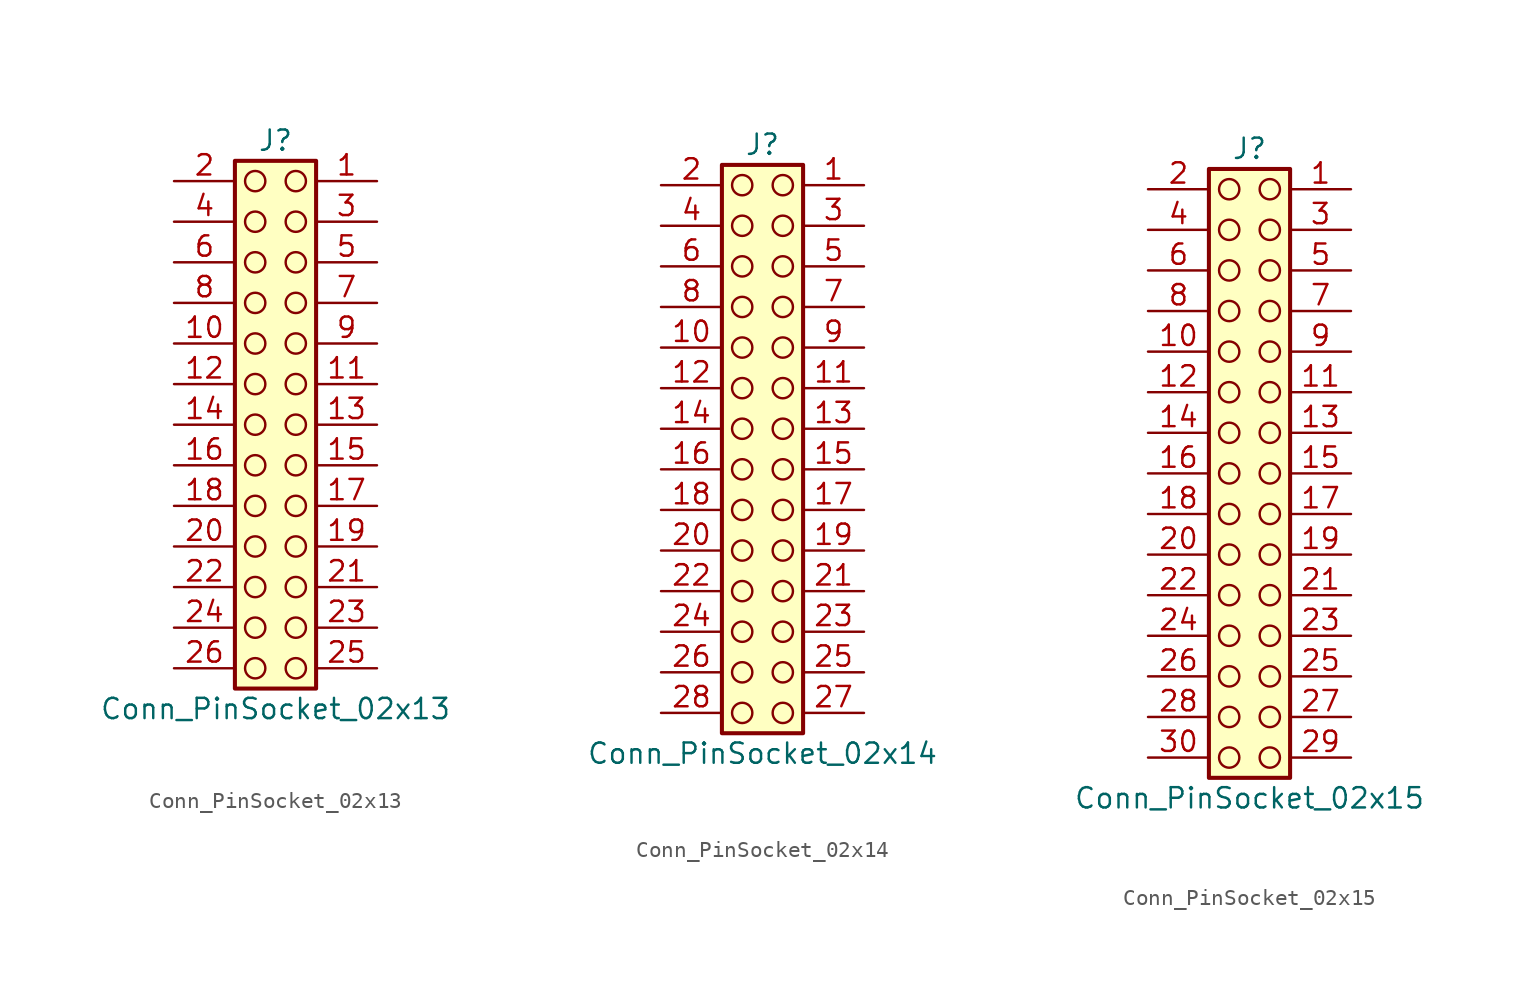
<source format=kicad_sym>
(kicad_symbol_lib
  (version 20241209)
  (generator "kicad_symbol_editor")
  (generator_version "9.0")
  (symbol "Conn_PinSocket_02x13"
    (pin_names
      (offset 1.016)
      (hide yes))
    (property "Reference" "J"
      (at 1.27 17.78 0)
      (effects (font (size 1.27 1.27))))
    (property "Value" "Conn_PinSocket_02x13"
      (at 1.27 -17.78 0)
      (effects (font (size 1.27 1.27))))
    (symbol "Conn_PinSocket_02x13_1_1"
      (rectangle (start -1.27 16.51) (end 3.81 -16.51) (stroke (width 0.254) (type default)) (fill (type background)))
      (circle (center 0 15.24) (radius 0.635) (stroke (width 0) (type solid) (color 132 0 0 1)) (fill (type none)))
      (circle (center 0 12.7) (radius 0.635) (stroke (width 0) (type solid) (color 132 0 0 1)) (fill (type none)))
      (circle (center 0 10.16) (radius 0.635) (stroke (width 0) (type solid) (color 132 0 0 1)) (fill (type none)))
      (circle (center 0 7.62) (radius 0.635) (stroke (width 0) (type solid) (color 132 0 0 1)) (fill (type none)))
      (circle (center 0 5.08) (radius 0.635) (stroke (width 0) (type solid) (color 132 0 0 1)) (fill (type none)))
      (circle (center 0 2.54) (radius 0.635) (stroke (width 0) (type solid) (color 132 0 0 1)) (fill (type none)))
      (circle (center 0 0) (radius 0.635) (stroke (width 0) (type solid) (color 132 0 0 1)) (fill (type none)))
      (circle (center 0 -2.54) (radius 0.635) (stroke (width 0) (type solid) (color 132 0 0 1)) (fill (type none)))
      (circle (center 0 -5.08) (radius 0.635) (stroke (width 0) (type solid) (color 132 0 0 1)) (fill (type none)))
      (circle (center 0 -7.62) (radius 0.635) (stroke (width 0) (type solid) (color 132 0 0 1)) (fill (type none)))
      (circle (center 0 -10.16) (radius 0.635) (stroke (width 0) (type solid) (color 132 0 0 1)) (fill (type none)))
      (circle (center 0 -12.7) (radius 0.635) (stroke (width 0) (type solid) (color 132 0 0 1)) (fill (type none)))
      (circle (center 0 -15.24) (radius 0.635) (stroke (width 0) (type solid) (color 132 0 0 1)) (fill (type none)))
      (circle (center 2.54 15.24) (radius 0.635) (stroke (width 0) (type solid) (color 132 0 0 1)) (fill (type none)))
      (circle (center 2.54 12.7) (radius 0.635) (stroke (width 0) (type solid) (color 132 0 0 1)) (fill (type none)))
      (circle (center 2.54 10.16) (radius 0.635) (stroke (width 0) (type solid) (color 132 0 0 1)) (fill (type none)))
      (circle (center 2.54 7.62) (radius 0.635) (stroke (width 0) (type solid) (color 132 0 0 1)) (fill (type none)))
      (circle (center 2.54 5.08) (radius 0.635) (stroke (width 0) (type solid) (color 132 0 0 1)) (fill (type none)))
      (circle (center 2.54 2.54) (radius 0.635) (stroke (width 0) (type solid) (color 132 0 0 1)) (fill (type none)))
      (circle (center 2.54 0) (radius 0.635) (stroke (width 0) (type solid) (color 132 0 0 1)) (fill (type none)))
      (circle (center 2.54 -2.54) (radius 0.635) (stroke (width 0) (type solid) (color 132 0 0 1)) (fill (type none)))
      (circle (center 2.54 -5.08) (radius 0.635) (stroke (width 0) (type solid) (color 132 0 0 1)) (fill (type none)))
      (circle (center 2.54 -7.62) (radius 0.635) (stroke (width 0) (type solid) (color 132 0 0 1)) (fill (type none)))
      (circle (center 2.54 -10.16) (radius 0.635) (stroke (width 0) (type solid) (color 132 0 0 1)) (fill (type none)))
      (circle (center 2.54 -12.7) (radius 0.635) (stroke (width 0) (type solid) (color 132 0 0 1)) (fill (type none)))
      (circle (center 2.54 -15.24) (radius 0.635) (stroke (width 0) (type solid) (color 132 0 0 1)) (fill (type none)))
      (pin passive line (at -5.08 15.24 0) (length 3.81) (name "Pin_2" (effects (font (size 1.27 1.27)))) (number "2" (effects (font (size 1.27 1.27)))))
      (pin passive line (at -5.08 12.7 0) (length 3.81) (name "Pin_4" (effects (font (size 1.27 1.27)))) (number "4" (effects (font (size 1.27 1.27)))))
      (pin passive line (at -5.08 10.16 0) (length 3.81) (name "Pin_6" (effects (font (size 1.27 1.27)))) (number "6" (effects (font (size 1.27 1.27)))))
      (pin passive line (at -5.08 7.62 0) (length 3.81) (name "Pin_8" (effects (font (size 1.27 1.27)))) (number "8" (effects (font (size 1.27 1.27)))))
      (pin passive line (at -5.08 5.08 0) (length 3.81) (name "Pin_10" (effects (font (size 1.27 1.27)))) (number "10" (effects (font (size 1.27 1.27)))))
      (pin passive line (at -5.08 2.54 0) (length 3.81) (name "Pin_12" (effects (font (size 1.27 1.27)))) (number "12" (effects (font (size 1.27 1.27)))))
      (pin passive line (at -5.08 0 0) (length 3.81) (name "Pin_14" (effects (font (size 1.27 1.27)))) (number "14" (effects (font (size 1.27 1.27)))))
      (pin passive line (at -5.08 -2.54 0) (length 3.81) (name "Pin_16" (effects (font (size 1.27 1.27)))) (number "16" (effects (font (size 1.27 1.27)))))
      (pin passive line (at -5.08 -5.08 0) (length 3.81) (name "Pin_18" (effects (font (size 1.27 1.27)))) (number "18" (effects (font (size 1.27 1.27)))))
      (pin passive line (at -5.08 -7.62 0) (length 3.81) (name "Pin_20" (effects (font (size 1.27 1.27)))) (number "20" (effects (font (size 1.27 1.27)))))
      (pin passive line (at -5.08 -10.16 0) (length 3.81) (name "Pin_22" (effects (font (size 1.27 1.27)))) (number "22" (effects (font (size 1.27 1.27)))))
      (pin passive line (at -5.08 -12.7 0) (length 3.81) (name "Pin_24" (effects (font (size 1.27 1.27)))) (number "24" (effects (font (size 1.27 1.27)))))
      (pin passive line (at -5.08 -15.24 0) (length 3.81) (name "Pin_26" (effects (font (size 1.27 1.27)))) (number "26" (effects (font (size 1.27 1.27)))))
      (pin passive line (at 7.62 15.24 180) (length 3.81) (name "Pin_1" (effects (font (size 1.27 1.27)))) (number "1" (effects (font (size 1.27 1.27)))))
      (pin passive line (at 7.62 12.7 180) (length 3.81) (name "Pin_3" (effects (font (size 1.27 1.27)))) (number "3" (effects (font (size 1.27 1.27)))))
      (pin passive line (at 7.62 10.16 180) (length 3.81) (name "Pin_5" (effects (font (size 1.27 1.27)))) (number "5" (effects (font (size 1.27 1.27)))))
      (pin passive line (at 7.62 7.62 180) (length 3.81) (name "Pin_7" (effects (font (size 1.27 1.27)))) (number "7" (effects (font (size 1.27 1.27)))))
      (pin passive line (at 7.62 5.08 180) (length 3.81) (name "Pin_9" (effects (font (size 1.27 1.27)))) (number "9" (effects (font (size 1.27 1.27)))))
      (pin passive line (at 7.62 2.54 180) (length 3.81) (name "Pin_11" (effects (font (size 1.27 1.27)))) (number "11" (effects (font (size 1.27 1.27)))))
      (pin passive line (at 7.62 0 180) (length 3.81) (name "Pin_13" (effects (font (size 1.27 1.27)))) (number "13" (effects (font (size 1.27 1.27)))))
      (pin passive line (at 7.62 -2.54 180) (length 3.81) (name "Pin_15" (effects (font (size 1.27 1.27)))) (number "15" (effects (font (size 1.27 1.27)))))
      (pin passive line (at 7.62 -5.08 180) (length 3.81) (name "Pin_17" (effects (font (size 1.27 1.27)))) (number "17" (effects (font (size 1.27 1.27)))))
      (pin passive line (at 7.62 -7.62 180) (length 3.81) (name "Pin_19" (effects (font (size 1.27 1.27)))) (number "19" (effects (font (size 1.27 1.27)))))
      (pin passive line (at 7.62 -10.16 180) (length 3.81) (name "Pin_21" (effects (font (size 1.27 1.27)))) (number "21" (effects (font (size 1.27 1.27)))))
      (pin passive line (at 7.62 -12.7 180) (length 3.81) (name "Pin_23" (effects (font (size 1.27 1.27)))) (number "23" (effects (font (size 1.27 1.27)))))
      (pin passive line (at 7.62 -15.24 180) (length 3.81) (name "Pin_25" (effects (font (size 1.27 1.27)))) (number "25" (effects (font (size 1.27 1.27)))))))
  (symbol "Conn_PinSocket_02x14"
    (pin_names
      (offset 1.016)
      (hide yes))
    (property "Reference" "J"
      (at 1.27 17.78 0)
      (effects (font (size 1.27 1.27))))
    (property "Value" "Conn_PinSocket_02x14"
      (at 1.27 -20.32 0)
      (effects (font (size 1.27 1.27))))
    (symbol "Conn_PinSocket_02x14_1_1"
      (rectangle (start -1.27 16.51) (end 3.81 -19.05) (stroke (width 0.254) (type default)) (fill (type background)))
      (circle (center 0 15.24) (radius 0.635) (stroke (width 0) (type solid) (color 132 0 0 1)) (fill (type none)))
      (circle (center 0 12.7) (radius 0.635) (stroke (width 0) (type solid) (color 132 0 0 1)) (fill (type none)))
      (circle (center 0 10.16) (radius 0.635) (stroke (width 0) (type solid) (color 132 0 0 1)) (fill (type none)))
      (circle (center 0 7.62) (radius 0.635) (stroke (width 0) (type solid) (color 132 0 0 1)) (fill (type none)))
      (circle (center 0 5.08) (radius 0.635) (stroke (width 0) (type solid) (color 132 0 0 1)) (fill (type none)))
      (circle (center 0 2.54) (radius 0.635) (stroke (width 0) (type solid) (color 132 0 0 1)) (fill (type none)))
      (circle (center 0 0) (radius 0.635) (stroke (width 0) (type solid) (color 132 0 0 1)) (fill (type none)))
      (circle (center 0 -2.54) (radius 0.635) (stroke (width 0) (type solid) (color 132 0 0 1)) (fill (type none)))
      (circle (center 0 -5.08) (radius 0.635) (stroke (width 0) (type solid) (color 132 0 0 1)) (fill (type none)))
      (circle (center 0 -7.62) (radius 0.635) (stroke (width 0) (type solid) (color 132 0 0 1)) (fill (type none)))
      (circle (center 0 -10.16) (radius 0.635) (stroke (width 0) (type solid) (color 132 0 0 1)) (fill (type none)))
      (circle (center 0 -12.7) (radius 0.635) (stroke (width 0) (type solid) (color 132 0 0 1)) (fill (type none)))
      (circle (center 0 -15.24) (radius 0.635) (stroke (width 0) (type solid) (color 132 0 0 1)) (fill (type none)))
      (circle (center 0 -17.78) (radius 0.635) (stroke (width 0) (type solid) (color 132 0 0 1)) (fill (type none)))
      (circle (center 2.54 15.24) (radius 0.635) (stroke (width 0) (type solid) (color 132 0 0 1)) (fill (type none)))
      (circle (center 2.54 12.7) (radius 0.635) (stroke (width 0) (type solid) (color 132 0 0 1)) (fill (type none)))
      (circle (center 2.54 10.16) (radius 0.635) (stroke (width 0) (type solid) (color 132 0 0 1)) (fill (type none)))
      (circle (center 2.54 7.62) (radius 0.635) (stroke (width 0) (type solid) (color 132 0 0 1)) (fill (type none)))
      (circle (center 2.54 5.08) (radius 0.635) (stroke (width 0) (type solid) (color 132 0 0 1)) (fill (type none)))
      (circle (center 2.54 2.54) (radius 0.635) (stroke (width 0) (type solid) (color 132 0 0 1)) (fill (type none)))
      (circle (center 2.54 0) (radius 0.635) (stroke (width 0) (type solid) (color 132 0 0 1)) (fill (type none)))
      (circle (center 2.54 -2.54) (radius 0.635) (stroke (width 0) (type solid) (color 132 0 0 1)) (fill (type none)))
      (circle (center 2.54 -5.08) (radius 0.635) (stroke (width 0) (type solid) (color 132 0 0 1)) (fill (type none)))
      (circle (center 2.54 -7.62) (radius 0.635) (stroke (width 0) (type solid) (color 132 0 0 1)) (fill (type none)))
      (circle (center 2.54 -10.16) (radius 0.635) (stroke (width 0) (type solid) (color 132 0 0 1)) (fill (type none)))
      (circle (center 2.54 -12.7) (radius 0.635) (stroke (width 0) (type solid) (color 132 0 0 1)) (fill (type none)))
      (circle (center 2.54 -15.24) (radius 0.635) (stroke (width 0) (type solid) (color 132 0 0 1)) (fill (type none)))
      (circle (center 2.54 -17.78) (radius 0.635) (stroke (width 0) (type solid) (color 132 0 0 1)) (fill (type none)))
      (pin passive line (at -5.08 15.24 0) (length 3.81) (name "Pin_2" (effects (font (size 1.27 1.27)))) (number "2" (effects (font (size 1.27 1.27)))))
      (pin passive line (at -5.08 12.7 0) (length 3.81) (name "Pin_4" (effects (font (size 1.27 1.27)))) (number "4" (effects (font (size 1.27 1.27)))))
      (pin passive line (at -5.08 10.16 0) (length 3.81) (name "Pin_6" (effects (font (size 1.27 1.27)))) (number "6" (effects (font (size 1.27 1.27)))))
      (pin passive line (at -5.08 7.62 0) (length 3.81) (name "Pin_8" (effects (font (size 1.27 1.27)))) (number "8" (effects (font (size 1.27 1.27)))))
      (pin passive line (at -5.08 5.08 0) (length 3.81) (name "Pin_10" (effects (font (size 1.27 1.27)))) (number "10" (effects (font (size 1.27 1.27)))))
      (pin passive line (at -5.08 2.54 0) (length 3.81) (name "Pin_12" (effects (font (size 1.27 1.27)))) (number "12" (effects (font (size 1.27 1.27)))))
      (pin passive line (at -5.08 0 0) (length 3.81) (name "Pin_14" (effects (font (size 1.27 1.27)))) (number "14" (effects (font (size 1.27 1.27)))))
      (pin passive line (at -5.08 -2.54 0) (length 3.81) (name "Pin_16" (effects (font (size 1.27 1.27)))) (number "16" (effects (font (size 1.27 1.27)))))
      (pin passive line (at -5.08 -5.08 0) (length 3.81) (name "Pin_18" (effects (font (size 1.27 1.27)))) (number "18" (effects (font (size 1.27 1.27)))))
      (pin passive line (at -5.08 -7.62 0) (length 3.81) (name "Pin_20" (effects (font (size 1.27 1.27)))) (number "20" (effects (font (size 1.27 1.27)))))
      (pin passive line (at -5.08 -10.16 0) (length 3.81) (name "Pin_22" (effects (font (size 1.27 1.27)))) (number "22" (effects (font (size 1.27 1.27)))))
      (pin passive line (at -5.08 -12.7 0) (length 3.81) (name "Pin_24" (effects (font (size 1.27 1.27)))) (number "24" (effects (font (size 1.27 1.27)))))
      (pin passive line (at -5.08 -15.24 0) (length 3.81) (name "Pin_26" (effects (font (size 1.27 1.27)))) (number "26" (effects (font (size 1.27 1.27)))))
      (pin passive line (at -5.08 -17.78 0) (length 3.81) (name "Pin_28" (effects (font (size 1.27 1.27)))) (number "28" (effects (font (size 1.27 1.27)))))
      (pin passive line (at 7.62 15.24 180) (length 3.81) (name "Pin_1" (effects (font (size 1.27 1.27)))) (number "1" (effects (font (size 1.27 1.27)))))
      (pin passive line (at 7.62 12.7 180) (length 3.81) (name "Pin_3" (effects (font (size 1.27 1.27)))) (number "3" (effects (font (size 1.27 1.27)))))
      (pin passive line (at 7.62 10.16 180) (length 3.81) (name "Pin_5" (effects (font (size 1.27 1.27)))) (number "5" (effects (font (size 1.27 1.27)))))
      (pin passive line (at 7.62 7.62 180) (length 3.81) (name "Pin_7" (effects (font (size 1.27 1.27)))) (number "7" (effects (font (size 1.27 1.27)))))
      (pin passive line (at 7.62 5.08 180) (length 3.81) (name "Pin_9" (effects (font (size 1.27 1.27)))) (number "9" (effects (font (size 1.27 1.27)))))
      (pin passive line (at 7.62 2.54 180) (length 3.81) (name "Pin_11" (effects (font (size 1.27 1.27)))) (number "11" (effects (font (size 1.27 1.27)))))
      (pin passive line (at 7.62 0 180) (length 3.81) (name "Pin_13" (effects (font (size 1.27 1.27)))) (number "13" (effects (font (size 1.27 1.27)))))
      (pin passive line (at 7.62 -2.54 180) (length 3.81) (name "Pin_15" (effects (font (size 1.27 1.27)))) (number "15" (effects (font (size 1.27 1.27)))))
      (pin passive line (at 7.62 -5.08 180) (length 3.81) (name "Pin_17" (effects (font (size 1.27 1.27)))) (number "17" (effects (font (size 1.27 1.27)))))
      (pin passive line (at 7.62 -7.62 180) (length 3.81) (name "Pin_19" (effects (font (size 1.27 1.27)))) (number "19" (effects (font (size 1.27 1.27)))))
      (pin passive line (at 7.62 -10.16 180) (length 3.81) (name "Pin_21" (effects (font (size 1.27 1.27)))) (number "21" (effects (font (size 1.27 1.27)))))
      (pin passive line (at 7.62 -12.7 180) (length 3.81) (name "Pin_23" (effects (font (size 1.27 1.27)))) (number "23" (effects (font (size 1.27 1.27)))))
      (pin passive line (at 7.62 -15.24 180) (length 3.81) (name "Pin_25" (effects (font (size 1.27 1.27)))) (number "25" (effects (font (size 1.27 1.27)))))
      (pin passive line (at 7.62 -17.78 180) (length 3.81) (name "Pin_27" (effects (font (size 1.27 1.27)))) (number "27" (effects (font (size 1.27 1.27)))))))
  (symbol "Conn_PinSocket_02x15"
    (pin_names
      (offset 1.016)
      (hide yes))
    (property "Reference" "J"
      (at 1.27 20.32 0)
      (effects (font (size 1.27 1.27))))
    (property "Value" "Conn_PinSocket_02x15"
      (at 1.27 -20.32 0)
      (effects (font (size 1.27 1.27))))
    (symbol "Conn_PinSocket_02x15_1_1"
      (rectangle (start -1.27 19.05) (end 3.81 -19.05) (stroke (width 0.254) (type default)) (fill (type background)))
      (circle (center 0 17.78) (radius 0.635) (stroke (width 0) (type solid) (color 132 0 0 1)) (fill (type none)))
      (circle (center 0 15.24) (radius 0.635) (stroke (width 0) (type solid) (color 132 0 0 1)) (fill (type none)))
      (circle (center 0 12.7) (radius 0.635) (stroke (width 0) (type solid) (color 132 0 0 1)) (fill (type none)))
      (circle (center 0 10.16) (radius 0.635) (stroke (width 0) (type solid) (color 132 0 0 1)) (fill (type none)))
      (circle (center 0 7.62) (radius 0.635) (stroke (width 0) (type solid) (color 132 0 0 1)) (fill (type none)))
      (circle (center 0 5.08) (radius 0.635) (stroke (width 0) (type solid) (color 132 0 0 1)) (fill (type none)))
      (circle (center 0 2.54) (radius 0.635) (stroke (width 0) (type solid) (color 132 0 0 1)) (fill (type none)))
      (circle (center 0 0) (radius 0.635) (stroke (width 0) (type solid) (color 132 0 0 1)) (fill (type none)))
      (circle (center 0 -2.54) (radius 0.635) (stroke (width 0) (type solid) (color 132 0 0 1)) (fill (type none)))
      (circle (center 0 -5.08) (radius 0.635) (stroke (width 0) (type solid) (color 132 0 0 1)) (fill (type none)))
      (circle (center 0 -7.62) (radius 0.635) (stroke (width 0) (type solid) (color 132 0 0 1)) (fill (type none)))
      (circle (center 0 -10.16) (radius 0.635) (stroke (width 0) (type solid) (color 132 0 0 1)) (fill (type none)))
      (circle (center 0 -12.7) (radius 0.635) (stroke (width 0) (type solid) (color 132 0 0 1)) (fill (type none)))
      (circle (center 0 -15.24) (radius 0.635) (stroke (width 0) (type solid) (color 132 0 0 1)) (fill (type none)))
      (circle (center 0 -17.78) (radius 0.635) (stroke (width 0) (type solid) (color 132 0 0 1)) (fill (type none)))
      (circle (center 2.54 17.78) (radius 0.635) (stroke (width 0) (type solid) (color 132 0 0 1)) (fill (type none)))
      (circle (center 2.54 15.24) (radius 0.635) (stroke (width 0) (type solid) (color 132 0 0 1)) (fill (type none)))
      (circle (center 2.54 12.7) (radius 0.635) (stroke (width 0) (type solid) (color 132 0 0 1)) (fill (type none)))
      (circle (center 2.54 10.16) (radius 0.635) (stroke (width 0) (type solid) (color 132 0 0 1)) (fill (type none)))
      (circle (center 2.54 7.62) (radius 0.635) (stroke (width 0) (type solid) (color 132 0 0 1)) (fill (type none)))
      (circle (center 2.54 5.08) (radius 0.635) (stroke (width 0) (type solid) (color 132 0 0 1)) (fill (type none)))
      (circle (center 2.54 2.54) (radius 0.635) (stroke (width 0) (type solid) (color 132 0 0 1)) (fill (type none)))
      (circle (center 2.54 0) (radius 0.635) (stroke (width 0) (type solid) (color 132 0 0 1)) (fill (type none)))
      (circle (center 2.54 -2.54) (radius 0.635) (stroke (width 0) (type solid) (color 132 0 0 1)) (fill (type none)))
      (circle (center 2.54 -5.08) (radius 0.635) (stroke (width 0) (type solid) (color 132 0 0 1)) (fill (type none)))
      (circle (center 2.54 -7.62) (radius 0.635) (stroke (width 0) (type solid) (color 132 0 0 1)) (fill (type none)))
      (circle (center 2.54 -10.16) (radius 0.635) (stroke (width 0) (type solid) (color 132 0 0 1)) (fill (type none)))
      (circle (center 2.54 -12.7) (radius 0.635) (stroke (width 0) (type solid) (color 132 0 0 1)) (fill (type none)))
      (circle (center 2.54 -15.24) (radius 0.635) (stroke (width 0) (type solid) (color 132 0 0 1)) (fill (type none)))
      (circle (center 2.54 -17.78) (radius 0.635) (stroke (width 0) (type solid) (color 132 0 0 1)) (fill (type none)))
      (pin passive line (at -5.08 17.78 0) (length 3.81) (name "Pin_2" (effects (font (size 1.27 1.27)))) (number "2" (effects (font (size 1.27 1.27)))))
      (pin passive line (at -5.08 15.24 0) (length 3.81) (name "Pin_4" (effects (font (size 1.27 1.27)))) (number "4" (effects (font (size 1.27 1.27)))))
      (pin passive line (at -5.08 12.7 0) (length 3.81) (name "Pin_6" (effects (font (size 1.27 1.27)))) (number "6" (effects (font (size 1.27 1.27)))))
      (pin passive line (at -5.08 10.16 0) (length 3.81) (name "Pin_8" (effects (font (size 1.27 1.27)))) (number "8" (effects (font (size 1.27 1.27)))))
      (pin passive line (at -5.08 7.62 0) (length 3.81) (name "Pin_10" (effects (font (size 1.27 1.27)))) (number "10" (effects (font (size 1.27 1.27)))))
      (pin passive line (at -5.08 5.08 0) (length 3.81) (name "Pin_12" (effects (font (size 1.27 1.27)))) (number "12" (effects (font (size 1.27 1.27)))))
      (pin passive line (at -5.08 2.54 0) (length 3.81) (name "Pin_14" (effects (font (size 1.27 1.27)))) (number "14" (effects (font (size 1.27 1.27)))))
      (pin passive line (at -5.08 0 0) (length 3.81) (name "Pin_16" (effects (font (size 1.27 1.27)))) (number "16" (effects (font (size 1.27 1.27)))))
      (pin passive line (at -5.08 -2.54 0) (length 3.81) (name "Pin_18" (effects (font (size 1.27 1.27)))) (number "18" (effects (font (size 1.27 1.27)))))
      (pin passive line (at -5.08 -5.08 0) (length 3.81) (name "Pin_20" (effects (font (size 1.27 1.27)))) (number "20" (effects (font (size 1.27 1.27)))))
      (pin passive line (at -5.08 -7.62 0) (length 3.81) (name "Pin_22" (effects (font (size 1.27 1.27)))) (number "22" (effects (font (size 1.27 1.27)))))
      (pin passive line (at -5.08 -10.16 0) (length 3.81) (name "Pin_24" (effects (font (size 1.27 1.27)))) (number "24" (effects (font (size 1.27 1.27)))))
      (pin passive line (at -5.08 -12.7 0) (length 3.81) (name "Pin_26" (effects (font (size 1.27 1.27)))) (number "26" (effects (font (size 1.27 1.27)))))
      (pin passive line (at -5.08 -15.24 0) (length 3.81) (name "Pin_28" (effects (font (size 1.27 1.27)))) (number "28" (effects (font (size 1.27 1.27)))))
      (pin passive line (at -5.08 -17.78 0) (length 3.81) (name "Pin_30" (effects (font (size 1.27 1.27)))) (number "30" (effects (font (size 1.27 1.27)))))
      (pin passive line (at 7.62 17.78 180) (length 3.81) (name "Pin_1" (effects (font (size 1.27 1.27)))) (number "1" (effects (font (size 1.27 1.27)))))
      (pin passive line (at 7.62 15.24 180) (length 3.81) (name "Pin_3" (effects (font (size 1.27 1.27)))) (number "3" (effects (font (size 1.27 1.27)))))
      (pin passive line (at 7.62 12.7 180) (length 3.81) (name "Pin_5" (effects (font (size 1.27 1.27)))) (number "5" (effects (font (size 1.27 1.27)))))
      (pin passive line (at 7.62 10.16 180) (length 3.81) (name "Pin_7" (effects (font (size 1.27 1.27)))) (number "7" (effects (font (size 1.27 1.27)))))
      (pin passive line (at 7.62 7.62 180) (length 3.81) (name "Pin_9" (effects (font (size 1.27 1.27)))) (number "9" (effects (font (size 1.27 1.27)))))
      (pin passive line (at 7.62 5.08 180) (length 3.81) (name "Pin_11" (effects (font (size 1.27 1.27)))) (number "11" (effects (font (size 1.27 1.27)))))
      (pin passive line (at 7.62 2.54 180) (length 3.81) (name "Pin_13" (effects (font (size 1.27 1.27)))) (number "13" (effects (font (size 1.27 1.27)))))
      (pin passive line (at 7.62 0 180) (length 3.81) (name "Pin_15" (effects (font (size 1.27 1.27)))) (number "15" (effects (font (size 1.27 1.27)))))
      (pin passive line (at 7.62 -2.54 180) (length 3.81) (name "Pin_17" (effects (font (size 1.27 1.27)))) (number "17" (effects (font (size 1.27 1.27)))))
      (pin passive line (at 7.62 -5.08 180) (length 3.81) (name "Pin_19" (effects (font (size 1.27 1.27)))) (number "19" (effects (font (size 1.27 1.27)))))
      (pin passive line (at 7.62 -7.62 180) (length 3.81) (name "Pin_21" (effects (font (size 1.27 1.27)))) (number "21" (effects (font (size 1.27 1.27)))))
      (pin passive line (at 7.62 -10.16 180) (length 3.81) (name "Pin_23" (effects (font (size 1.27 1.27)))) (number "23" (effects (font (size 1.27 1.27)))))
      (pin passive line (at 7.62 -12.7 180) (length 3.81) (name "Pin_25" (effects (font (size 1.27 1.27)))) (number "25" (effects (font (size 1.27 1.27)))))
      (pin passive line (at 7.62 -15.24 180) (length 3.81) (name "Pin_27" (effects (font (size 1.27 1.27)))) (number "27" (effects (font (size 1.27 1.27)))))
      (pin passive line (at 7.62 -17.78 180) (length 3.81) (name "Pin_29" (effects (font (size 1.27 1.27)))) (number "29" (effects (font (size 1.27 1.27))))))))
</source>
